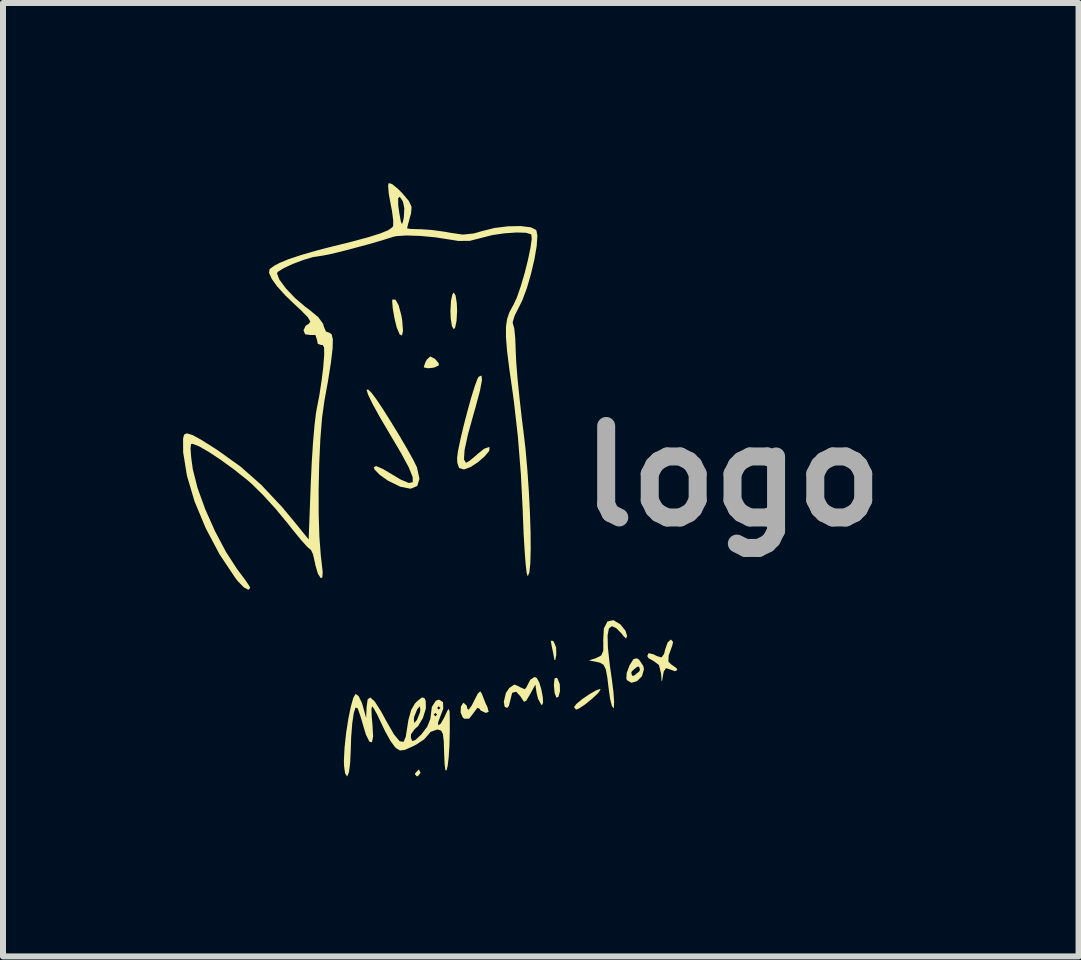
<source format=kicad_pcb>
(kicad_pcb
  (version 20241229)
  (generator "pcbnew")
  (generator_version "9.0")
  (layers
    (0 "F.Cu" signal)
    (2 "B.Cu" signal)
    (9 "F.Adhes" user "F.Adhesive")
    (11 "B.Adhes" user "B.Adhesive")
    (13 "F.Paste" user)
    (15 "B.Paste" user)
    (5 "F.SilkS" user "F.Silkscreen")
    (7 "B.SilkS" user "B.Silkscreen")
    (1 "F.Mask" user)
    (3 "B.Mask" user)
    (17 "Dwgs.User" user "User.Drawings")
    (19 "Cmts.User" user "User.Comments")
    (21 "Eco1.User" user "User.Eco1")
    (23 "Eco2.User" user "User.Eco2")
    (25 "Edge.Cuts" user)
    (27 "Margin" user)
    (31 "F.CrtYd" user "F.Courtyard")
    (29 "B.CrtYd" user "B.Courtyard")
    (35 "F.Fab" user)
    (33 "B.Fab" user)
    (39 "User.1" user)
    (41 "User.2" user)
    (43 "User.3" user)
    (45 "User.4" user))
  (footprint "logo"
    (layer "F.Cu")
    (at 4.454 4.881)
    (property "Reference" "logo" (at 4.699 0 0) (layer "F.Fab") (effects (font (size 1.524 1.524) (thickness 0.3))))
    (attr through_hole)
    (fp_poly (pts (xy -0.501 4.934) (xy -0.5 4.947) (xy -0.543 5) (xy -0.559 5.002) (xy -0.592 4.968) (xy -0.584 4.947) (xy -0.534 4.894) (xy -0.525 4.891)) (stroke (width 0) (type solid)) (fill yes) (layer "F.SilkS"))
    (fp_poly (pts (xy 1.783 3.372) (xy 1.822 3.468) (xy 1.825 3.583) (xy 1.799 3.678) (xy 1.765 3.692) (xy 1.735 3.611) (xy 1.723 3.481) (xy 1.734 3.371) (xy 1.771 3.362)) (stroke (width 0) (type solid)) (fill yes) (layer "F.SilkS"))
    (fp_poly (pts (xy 1.703 2.744) (xy 1.72 2.758) (xy 1.761 2.855) (xy 1.763 2.981) (xy 1.745 3.067) (xy 1.731 3.062) (xy 1.731 3.057) (xy 1.71 2.939) (xy 1.687 2.835) (xy 1.672 2.743)) (stroke (width 0) (type solid)) (fill yes) (layer "F.SilkS"))
    (fp_poly (pts (xy -0.262 -1.955) (xy -0.253 -1.948) (xy -0.194 -1.876) (xy -0.195 -1.843) (xy -0.269 -1.808) (xy -0.368 -1.795) (xy -0.437 -1.808) (xy -0.444 -1.821) (xy -0.416 -1.899) (xy -0.392 -1.942) (xy -0.337 -1.993)) (stroke (width 0) (type solid)) (fill yes) (layer "F.SilkS"))
    (fp_poly (pts (xy -0.915 -2.939) (xy -0.862 -2.843) (xy -0.817 -2.673) (xy -0.804 -2.598) (xy -0.79 -2.419) (xy -0.808 -2.341) (xy -0.846 -2.36) (xy -0.895 -2.475) (xy -0.932 -2.626) (xy -0.961 -2.793) (xy -0.971 -2.909) (xy -0.967 -2.942)) (stroke (width 0) (type solid)) (fill yes) (layer "F.SilkS"))
    (fp_poly (pts (xy 0.086 -3.007) (xy 0.106 -2.877) (xy 0.111 -2.751) (xy 0.102 -2.584) (xy 0.078 -2.473) (xy 0.056 -2.446) (xy 0.025 -2.496) (xy 0.005 -2.625) (xy 0 -2.751) (xy 0.009 -2.919) (xy 0.033 -3.03) (xy 0.056 -3.057)) (stroke (width 0) (type solid)) (fill yes) (layer "F.SilkS"))
    (fp_poly (pts (xy 2.501 3.555) (xy 2.461 3.615) (xy 2.363 3.707) (xy 2.245 3.803) (xy 2.14 3.873) (xy 2.093 3.891) (xy 2.059 3.85) (xy 2.059 3.849) (xy 2.098 3.796) (xy 2.192 3.718) (xy 2.31 3.637) (xy 2.42 3.573) (xy 2.49 3.547)) (stroke (width 0) (type solid)) (fill yes) (layer "F.SilkS"))
    (fp_poly (pts (xy 0.524 3.627) (xy 0.529 3.641) (xy 0.585 3.785) (xy 0.616 3.849) (xy 0.637 3.928) (xy 0.589 3.946) (xy 0.503 3.905) (xy 0.486 3.877) (xy 0.449 3.861) (xy 0.396 3.932) (xy 0.313 4.041) (xy 0.232 4.043) (xy 0.204 4.02) (xy 0.17 3.939) (xy 0.174 3.84) (xy 0.211 3.781) (xy 0.222 3.779) (xy 0.272 3.826) (xy 0.282 3.877) (xy 0.304 3.892) (xy 0.356 3.82) (xy 0.39 3.752) (xy 0.456 3.623) (xy 0.496 3.585)) (stroke (width 0) (type solid)) (fill yes) (layer "F.SilkS"))
    (fp_poly (pts (xy 3.144 3.06) (xy 3.213 3.164) (xy 3.224 3.219) (xy 3.19 3.335) (xy 3.109 3.416) (xy 3.016 3.444) (xy 2.942 3.401) (xy 2.93 3.376) (xy 2.936 3.281) (xy 2.938 3.276) (xy 3.012 3.276) (xy 3.027 3.327) (xy 3.06 3.324) (xy 3.145 3.254) (xy 3.158 3.227) (xy 3.142 3.175) (xy 3.109 3.178) (xy 3.025 3.249) (xy 3.012 3.276) (xy 2.938 3.276) (xy 2.985 3.15) (xy 2.985 3.15) (xy 3.05 3.048) (xy 3.108 3.036)) (stroke (width 0) (type solid)) (fill yes) (layer "F.SilkS"))
    (fp_poly (pts (xy 3.709 2.763) (xy 3.696 2.821) (xy 3.635 2.992) (xy 3.631 3.092) (xy 3.682 3.142) (xy 3.69 3.146) (xy 3.767 3.201) (xy 3.779 3.232) (xy 3.74 3.251) (xy 3.672 3.226) (xy 3.592 3.2) (xy 3.554 3.253) (xy 3.541 3.321) (xy 3.525 3.417) (xy 3.517 3.41) (xy 3.51 3.297) (xy 3.51 3.297) (xy 3.474 3.148) (xy 3.39 3.085) (xy 3.301 3.035) (xy 3.279 2.998) (xy 3.301 2.95) (xy 3.382 2.969) (xy 3.443 3) (xy 3.517 3.021) (xy 3.559 2.963) (xy 3.577 2.889) (xy 3.618 2.772) (xy 3.672 2.723) (xy 3.673 2.723)) (stroke (width 0) (type solid)) (fill yes) (layer "F.SilkS"))
    (fp_poly (pts (xy 1.438 3.363) (xy 1.48 3.439) (xy 1.515 3.556) (xy 1.538 3.68) (xy 1.543 3.778) (xy 1.525 3.815) (xy 1.512 3.807) (xy 1.46 3.712) (xy 1.435 3.613) (xy 1.415 3.474) (xy 1.326 3.636) (xy 1.263 3.743) (xy 1.225 3.76) (xy 1.181 3.694) (xy 1.172 3.677) (xy 1.094 3.592) (xy 1.028 3.611) (xy 1 3.724) (xy 0.974 3.829) (xy 0.945 3.863) (xy 0.903 3.843) (xy 0.889 3.759) (xy 0.924 3.614) (xy 0.979 3.531) (xy 1.063 3.473) (xy 1.144 3.505) (xy 1.154 3.514) (xy 1.234 3.551) (xy 1.26 3.529) (xy 1.329 3.394) (xy 1.401 3.346)) (stroke (width 0) (type solid)) (fill yes) (layer "F.SilkS"))
    (fp_poly (pts (xy -1.315 -1.388) (xy -1.24 -1.288) (xy -1.126 -1.118) (xy -0.991 -0.904) (xy -0.851 -0.674) (xy -0.721 -0.453) (xy -0.619 -0.27) (xy -0.56 -0.15) (xy -0.558 -0.146) (xy -0.516 0.045) (xy -0.553 0.165) (xy -0.663 0.211) (xy -0.836 0.177) (xy -1.042 0.076) (xy -1.179 -0.021) (xy -1.264 -0.109) (xy -1.278 -0.143) (xy -1.242 -0.168) (xy -1.129 -0.121) (xy -1.017 -0.054) (xy -0.823 0.061) (xy -0.693 0.115) (xy -0.628 0.102) (xy -0.629 0.018) (xy -0.693 -0.142) (xy -0.823 -0.383) (xy -1 -0.683) (xy -1.169 -0.969) (xy -1.294 -1.195) (xy -1.371 -1.354) (xy -1.398 -1.438) (xy -1.37 -1.441)) (stroke (width 0) (type solid)) (fill yes) (layer "F.SilkS"))
    (fp_poly (pts (xy 0.525 -1.598) (xy 0.492 -1.422) (xy 0.418 -1.145) (xy 0.392 -1.056) (xy 0.292 -0.695) (xy 0.236 -0.436) (xy 0.225 -0.278) (xy 0.258 -0.222) (xy 0.261 -0.222) (xy 0.322 -0.257) (xy 0.426 -0.344) (xy 0.455 -0.371) (xy 0.563 -0.456) (xy 0.641 -0.483) (xy 0.652 -0.478) (xy 0.645 -0.418) (xy 0.57 -0.328) (xy 0.457 -0.23) (xy 0.334 -0.15) (xy 0.232 -0.112) (xy 0.221 -0.111) (xy 0.144 -0.134) (xy 0.114 -0.223) (xy 0.111 -0.299) (xy 0.125 -0.413) (xy 0.163 -0.597) (xy 0.216 -0.824) (xy 0.279 -1.066) (xy 0.343 -1.298) (xy 0.403 -1.492) (xy 0.45 -1.62) (xy 0.47 -1.655) (xy 0.518 -1.675)) (stroke (width 0) (type solid)) (fill yes) (layer "F.SilkS"))
    (fp_poly (pts (xy 2.831 2.47) (xy 2.916 2.577) (xy 2.943 2.663) (xy 2.926 2.706) (xy 2.875 2.657) (xy 2.853 2.626) (xy 2.762 2.533) (xy 2.689 2.501) (xy 2.64 2.538) (xy 2.618 2.653) (xy 2.623 2.855) (xy 2.655 3.151) (xy 2.688 3.38) (xy 2.715 3.593) (xy 2.727 3.761) (xy 2.723 3.856) (xy 2.717 3.867) (xy 2.69 3.831) (xy 2.66 3.712) (xy 2.64 3.572) (xy 2.613 3.351) (xy 2.587 3.216) (xy 2.55 3.144) (xy 2.493 3.11) (xy 2.435 3.096) (xy 2.307 3.071) (xy 2.434 3.029) (xy 2.512 2.988) (xy 2.546 2.912) (xy 2.547 2.766) (xy 2.545 2.738) (xy 2.556 2.538) (xy 2.615 2.423) (xy 2.713 2.4)) (stroke (width 0) (type solid)) (fill yes) (layer "F.SilkS"))
    (fp_poly (pts (xy -1.53 3.665) (xy -1.476 3.776) (xy -1.462 3.82) (xy -1.404 4.03) (xy -1.397 3.844) (xy -1.379 3.72) (xy -1.336 3.688) (xy -1.263 3.753) (xy -1.158 3.916) (xy -1.065 4.087) (xy -0.94 4.304) (xy -0.846 4.417) (xy -0.781 4.428) (xy -0.743 4.338) (xy -0.739 4.307) (xy -0.7 4.06) (xy -0.699 4.057) (xy -0.61 4.057) (xy -0.602 4.113) (xy -0.565 4.071) (xy -0.556 4.057) (xy -0.508 3.938) (xy -0.502 3.891) (xy -0.509 3.835) (xy -0.547 3.877) (xy -0.556 3.891) (xy -0.604 4.01) (xy -0.61 4.057) (xy -0.699 4.057) (xy -0.654 3.896) (xy -0.592 3.789) (xy -0.556 3.752) (xy -0.474 3.687) (xy -0.432 3.7) (xy -0.412 3.745) (xy -0.409 3.871) (xy -0.458 4.029) (xy -0.539 4.166) (xy -0.597 4.217) (xy -0.657 4.303) (xy -0.659 4.361) (xy -0.636 4.414) (xy -0.586 4.398) (xy -0.486 4.306) (xy -0.386 4.174) (xy -0.335 4.046) (xy -0.333 4.027) (xy -0.326 3.974) (xy -0.278 3.974) (xy -0.25 4.002) (xy -0.222 3.974) (xy -0.25 3.946) (xy -0.278 3.974) (xy -0.326 3.974) (xy -0.312 3.863) (xy -0.222 3.863) (xy -0.195 3.891) (xy -0.167 3.863) (xy -0.195 3.835) (xy -0.222 3.863) (xy -0.312 3.863) (xy -0.309 3.844) (xy -0.242 3.741) (xy -0.189 3.724) (xy -0.123 3.766) (xy -0.12 3.876) (xy -0.171 4.01) (xy -0.207 4.109) (xy -0.202 4.152) (xy -0.164 4.127) (xy -0.106 4.027) (xy -0.091 3.994) (xy -0.05 3.906) (xy -0.026 3.879) (xy -0.014 3.927) (xy -0.011 4.061) (xy -0.011 4.252) (xy -0.017 4.494) (xy -0.03 4.691) (xy -0.047 4.832) (xy -0.066 4.905) (xy -0.084 4.899) (xy -0.097 4.803) (xy -0.105 4.627) (xy -0.111 4.418) (xy -0.126 4.297) (xy -0.156 4.24) (xy -0.209 4.224) (xy -0.224 4.224) (xy -0.331 4.261) (xy -0.37 4.309) (xy -0.437 4.385) (xy -0.567 4.472) (xy -0.619 4.499) (xy -0.759 4.561) (xy -0.84 4.572) (xy -0.904 4.534) (xy -0.926 4.512) (xy -0.999 4.412) (xy -1.089 4.25) (xy -1.147 4.128) (xy -1.222 3.97) (xy -1.281 3.864) (xy -1.306 3.835) (xy -1.316 3.885) (xy -1.311 4.014) (xy -1.299 4.141) (xy -1.288 4.339) (xy -1.308 4.435) (xy -1.35 4.425) (xy -1.408 4.308) (xy -1.446 4.182) (xy -1.494 4.017) (xy -1.536 3.895) (xy -1.55 3.863) (xy -1.582 3.859) (xy -1.611 3.951) (xy -1.636 4.122) (xy -1.654 4.355) (xy -1.661 4.571) (xy -1.671 4.783) (xy -1.691 4.933) (xy -1.718 5.001) (xy -1.723 5.002) (xy -1.755 4.952) (xy -1.773 4.826) (xy -1.775 4.738) (xy -1.764 4.522) (xy -1.738 4.283) (xy -1.702 4.048) (xy -1.66 3.843) (xy -1.619 3.695) (xy -1.581 3.63) (xy -1.58 3.63)) (stroke (width 0) (type solid)) (fill yes) (layer "F.SilkS"))
    (fp_poly (pts (xy -0.974 -4.866) (xy -0.874 -4.785) (xy -0.804 -4.714) (xy -0.693 -4.583) (xy -0.648 -4.486) (xy -0.655 -4.381) (xy -0.67 -4.326) (xy -0.705 -4.199) (xy -0.722 -4.13) (xy -0.723 -4.127) (xy -0.673 -4.118) (xy -0.55 -4.113) (xy -0.503 -4.113) (xy -0.31 -4.1) (xy -0.086 -4.069) (xy -0.007 -4.054) (xy 0.207 -4.023) (xy 0.39 -4.042) (xy 0.526 -4.081) (xy 0.733 -4.133) (xy 0.959 -4.161) (xy 1.172 -4.165) (xy 1.34 -4.144) (xy 1.43 -4.099) (xy 1.449 -4.004) (xy 1.437 -3.832) (xy 1.399 -3.61) (xy 1.342 -3.367) (xy 1.273 -3.13) (xy 1.197 -2.926) (xy 1.145 -2.822) (xy 1.071 -2.675) (xy 1.037 -2.566) (xy 1.042 -2.533) (xy 1.063 -2.461) (xy 1.079 -2.309) (xy 1.087 -2.109) (xy 1.087 -2.093) (xy 1.096 -1.898) (xy 1.118 -1.622) (xy 1.151 -1.297) (xy 1.19 -0.952) (xy 1.212 -0.781) (xy 1.25 -0.459) (xy 1.281 -0.109) (xy 1.306 0.251) (xy 1.324 0.603) (xy 1.335 0.932) (xy 1.337 1.22) (xy 1.331 1.449) (xy 1.315 1.604) (xy 1.29 1.667) (xy 1.287 1.667) (xy 1.27 1.615) (xy 1.253 1.468) (xy 1.236 1.244) (xy 1.219 0.959) (xy 1.206 0.631) (xy 1.205 0.597) (xy 1.174 -0.023) (xy 1.124 -0.651) (xy 1.058 -1.234) (xy 1.037 -1.389) (xy 0.981 -1.784) (xy 0.943 -2.086) (xy 0.925 -2.314) (xy 0.925 -2.486) (xy 0.944 -2.618) (xy 0.982 -2.728) (xy 1.039 -2.835) (xy 1.048 -2.849) (xy 1.106 -2.973) (xy 1.17 -3.158) (xy 1.235 -3.376) (xy 1.291 -3.6) (xy 1.333 -3.801) (xy 1.354 -3.952) (xy 1.347 -4.026) (xy 1.346 -4.026) (xy 1.26 -4.053) (xy 1.099 -4.058) (xy 0.9 -4.044) (xy 0.696 -4.014) (xy 0.527 -3.971) (xy 0.324 -3.919) (xy 0.132 -3.917) (xy -0.017 -3.941) (xy -0.258 -3.978) (xy -0.509 -4.001) (xy -0.736 -4.008) (xy -0.903 -3.997) (xy -0.945 -3.988) (xy -1.136 -3.928) (xy -1.368 -3.861) (xy -1.613 -3.795) (xy -1.843 -3.735) (xy -2.031 -3.691) (xy -2.147 -3.669) (xy -2.163 -3.668) (xy -2.286 -3.649) (xy -2.451 -3.6) (xy -2.626 -3.534) (xy -2.777 -3.464) (xy -2.873 -3.404) (xy -2.89 -3.378) (xy -2.849 -3.272) (xy -2.741 -3.126) (xy -2.59 -2.967) (xy -2.417 -2.819) (xy -2.36 -2.778) (xy -2.203 -2.649) (xy -2.12 -2.535) (xy -2.112 -2.498) (xy -2.074 -2.408) (xy -2.022 -2.39) (xy -1.98 -2.364) (xy -1.959 -2.28) (xy -1.963 -2.128) (xy -1.99 -1.896) (xy -2.041 -1.575) (xy -2.1 -1.251) (xy -2.138 -0.975) (xy -2.167 -0.619) (xy -2.186 -0.212) (xy -2.196 0.216) (xy -2.195 0.636) (xy -2.183 1.017) (xy -2.159 1.33) (xy -2.149 1.41) (xy -2.128 1.6) (xy -2.135 1.691) (xy -2.163 1.698) (xy -2.209 1.624) (xy -2.25 1.484) (xy -2.258 1.442) (xy -2.289 1.304) (xy -2.325 1.228) (xy -2.335 1.223) (xy -2.384 1.181) (xy -2.484 1.07) (xy -2.618 0.907) (xy -2.722 0.776) (xy -2.912 0.546) (xy -3.121 0.317) (xy -3.316 0.125) (xy -3.383 0.067) (xy -3.607 -0.111) (xy -3.829 -0.272) (xy -4.03 -0.405) (xy -4.191 -0.497) (xy -4.295 -0.537) (xy -4.321 -0.533) (xy -4.33 -0.464) (xy -4.32 -0.317) (xy -4.293 -0.122) (xy -4.29 -0.106) (xy -4.213 0.198) (xy -4.085 0.552) (xy -3.921 0.92) (xy -3.739 1.264) (xy -3.555 1.548) (xy -3.538 1.571) (xy -3.43 1.715) (xy -3.356 1.822) (xy -3.335 1.862) (xy -3.365 1.895) (xy -3.442 1.854) (xy -3.543 1.75) (xy -3.576 1.709) (xy -3.847 1.303) (xy -4.078 0.866) (xy -4.263 0.422) (xy -4.39 -0.007) (xy -4.453 -0.398) (xy -4.454 -0.625) (xy -4.437 -0.691) (xy -4.391 -0.712) (xy -4.3 -0.685) (xy -4.151 -0.604) (xy -3.929 -0.464) (xy -3.871 -0.426) (xy -3.493 -0.155) (xy -3.149 0.149) (xy -2.808 0.512) (xy -2.621 0.736) (xy -2.362 1.055) (xy -2.326 0.097) (xy -2.31 -0.242) (xy -2.289 -0.563) (xy -2.265 -0.841) (xy -2.24 -1.05) (xy -2.224 -1.139) (xy -2.184 -1.345) (xy -2.145 -1.601) (xy -2.119 -1.814) (xy -2.103 -2.024) (xy -2.105 -2.142) (xy -2.128 -2.185) (xy -2.152 -2.183) (xy -2.21 -2.203) (xy -2.223 -2.268) (xy -2.249 -2.35) (xy -2.334 -2.35) (xy -2.421 -2.362) (xy -2.448 -2.428) (xy -2.411 -2.506) (xy -2.359 -2.538) (xy -2.334 -2.574) (xy -2.377 -2.647) (xy -2.497 -2.769) (xy -2.583 -2.848) (xy -2.749 -3.007) (xy -2.889 -3.162) (xy -2.974 -3.281) (xy -2.976 -3.284) (xy -3.022 -3.385) (xy -3.013 -3.448) (xy -2.931 -3.507) (xy -2.84 -3.554) (xy -2.692 -3.615) (xy -2.47 -3.688) (xy -2.21 -3.763) (xy -2.047 -3.805) (xy -1.66 -3.901) (xy -1.37 -3.979) (xy -1.166 -4.043) (xy -1.036 -4.096) (xy -0.969 -4.144) (xy -0.954 -4.167) (xy -0.953 -4.259) (xy -0.974 -4.417) (xy -0.998 -4.542) (xy -1.014 -4.629) (xy -0.871 -4.629) (xy -0.87 -4.511) (xy -0.852 -4.384) (xy -0.826 -4.24) (xy -0.808 -4.196) (xy -0.79 -4.244) (xy -0.777 -4.307) (xy -0.768 -4.462) (xy -0.792 -4.576) (xy -0.845 -4.653) (xy -0.871 -4.629) (xy -1.014 -4.629) (xy -1.029 -4.714) (xy -1.038 -4.84) (xy -1.029 -4.881)) (stroke (width 0) (type solid)) (fill yes) (layer "F.SilkS")))
  (gr_rect
    (start -3 -3)
    (end 14.918 12.883)
    (stroke (width 0.1) (type default))
    (fill no)
    (layer "Edge.Cuts")))
</source>
